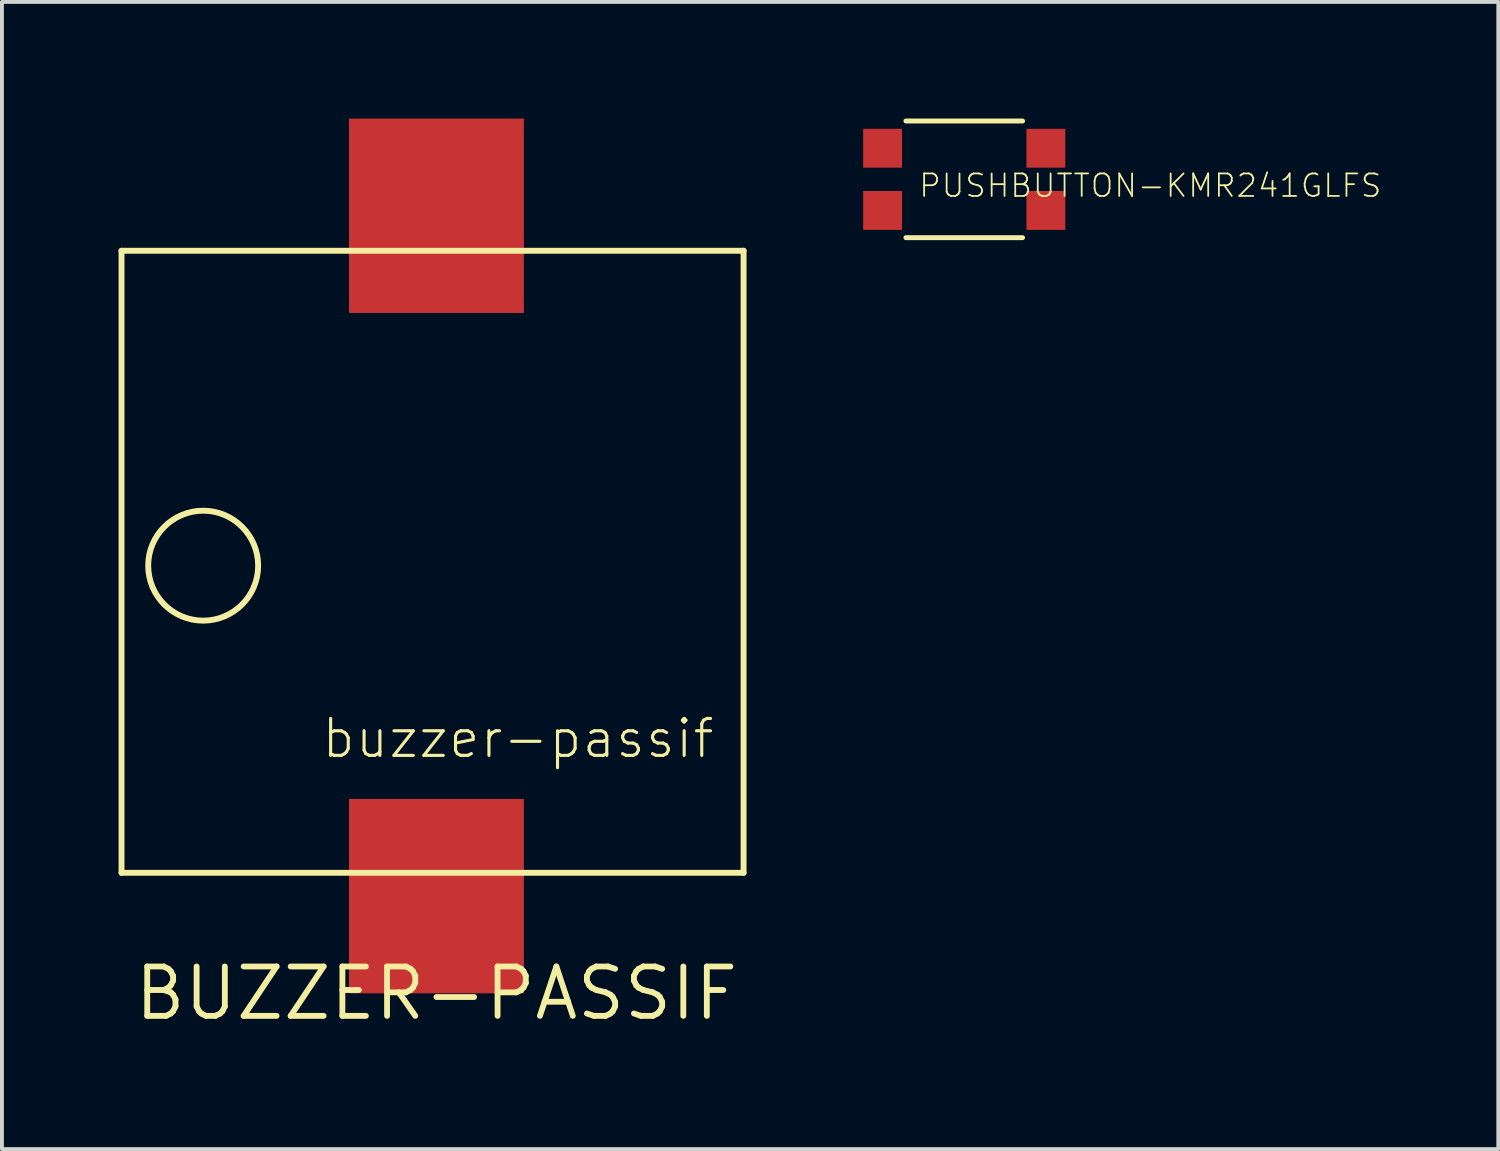
<source format=kicad_pcb>
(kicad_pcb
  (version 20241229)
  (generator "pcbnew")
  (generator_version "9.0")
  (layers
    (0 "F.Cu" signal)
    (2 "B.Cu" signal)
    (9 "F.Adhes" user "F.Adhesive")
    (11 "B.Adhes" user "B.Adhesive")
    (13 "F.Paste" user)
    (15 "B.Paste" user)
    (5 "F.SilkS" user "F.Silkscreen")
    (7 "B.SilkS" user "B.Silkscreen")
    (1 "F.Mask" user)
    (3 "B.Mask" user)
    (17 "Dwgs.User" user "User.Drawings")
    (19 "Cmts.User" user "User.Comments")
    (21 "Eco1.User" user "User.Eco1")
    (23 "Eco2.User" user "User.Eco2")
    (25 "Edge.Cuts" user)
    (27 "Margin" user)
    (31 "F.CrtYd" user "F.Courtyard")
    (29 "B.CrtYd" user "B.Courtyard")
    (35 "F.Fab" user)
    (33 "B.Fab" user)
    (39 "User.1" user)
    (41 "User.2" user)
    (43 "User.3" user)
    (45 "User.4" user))
  (footprint "PUSHBUTTON-KMR241GLFS"
    (layer "F.Cu")
    (at 21.752 1.563)
    (property "Reference" "PUSHBUTTON-KMR241GLFS" (at -1.2 0.5 0) (layer "F.SilkS") (effects (font (size 0.579 0.579) (thickness 0.046)) (justify left bottom)))
    (attr through_hole)
    (fp_line (start -1.5 -1.5) (end 1.5 -1.5) (stroke (width 0.127) (type solid)) (layer "F.SilkS"))
    (fp_line (start -1.5 1.5) (end 1.5 1.5) (stroke (width 0.127) (type solid)) (layer "F.SilkS"))
    (pad "P$1" smd rect (at 2.1 -0.8) (size 1 1) (layers "F.Cu" "F.Mask" "F.Paste"))
    (pad "P$2" smd rect (at 2.1 0.8) (size 1 1) (layers "F.Cu" "F.Mask" "F.Paste"))
    (pad "P$3" smd rect (at -2.1 -0.8) (size 1 1) (layers "F.Cu" "F.Mask" "F.Paste"))
    (pad "P$4" smd rect (at -2.1 0.8) (size 1 1) (layers "F.Cu" "F.Mask" "F.Paste")))
  (footprint "BUZZER-PASSIF"
    (layer "F.Cu")
    (at 8.176 22.5)
    (property "Reference" "BUZZER-PASSIF" (at 0 0 0) (layer "F.SilkS") (effects (font (size 1.27 1.27) (thickness 0.15))))
    (attr through_hole)
    (fp_line (start -8.1 -19.1) (end 7.9 -19.1) (stroke (width 0.152) (type solid)) (layer "F.SilkS"))
    (fp_line (start -8.1 -3.1) (end -8.1 -19.1) (stroke (width 0.152) (type solid)) (layer "F.SilkS"))
    (fp_line (start 7.9 -19.1) (end 7.9 -3.1) (stroke (width 0.152) (type solid)) (layer "F.SilkS"))
    (fp_line (start 7.9 -3.1) (end -8.1 -3.1) (stroke (width 0.152) (type solid)) (layer "F.SilkS"))
    (fp_circle (center -6 -11) (end -4.586 -11) (stroke (width 0.152) (type solid)) (fill no) (layer "F.SilkS"))
    (fp_text user "buzzer-passif" (at -3 -6 0) (layer "F.SilkS") (effects (font (size 0.95 0.95) (thickness 0.08)) (justify left bottom)))
    (pad "P$1" smd rect (at 0 -2.5) (size 4.5 5) (layers "F.Cu" "F.Mask" "F.Paste"))
    (pad "P$2" smd rect (at 0 -20) (size 4.5 5) (layers "F.Cu" "F.Mask" "F.Paste")))
  (gr_rect
    (start -3 -3)
    (end 35.489 26.506)
    (stroke (width 0.1) (type default))
    (fill no)
    (layer "Edge.Cuts")))
</source>
